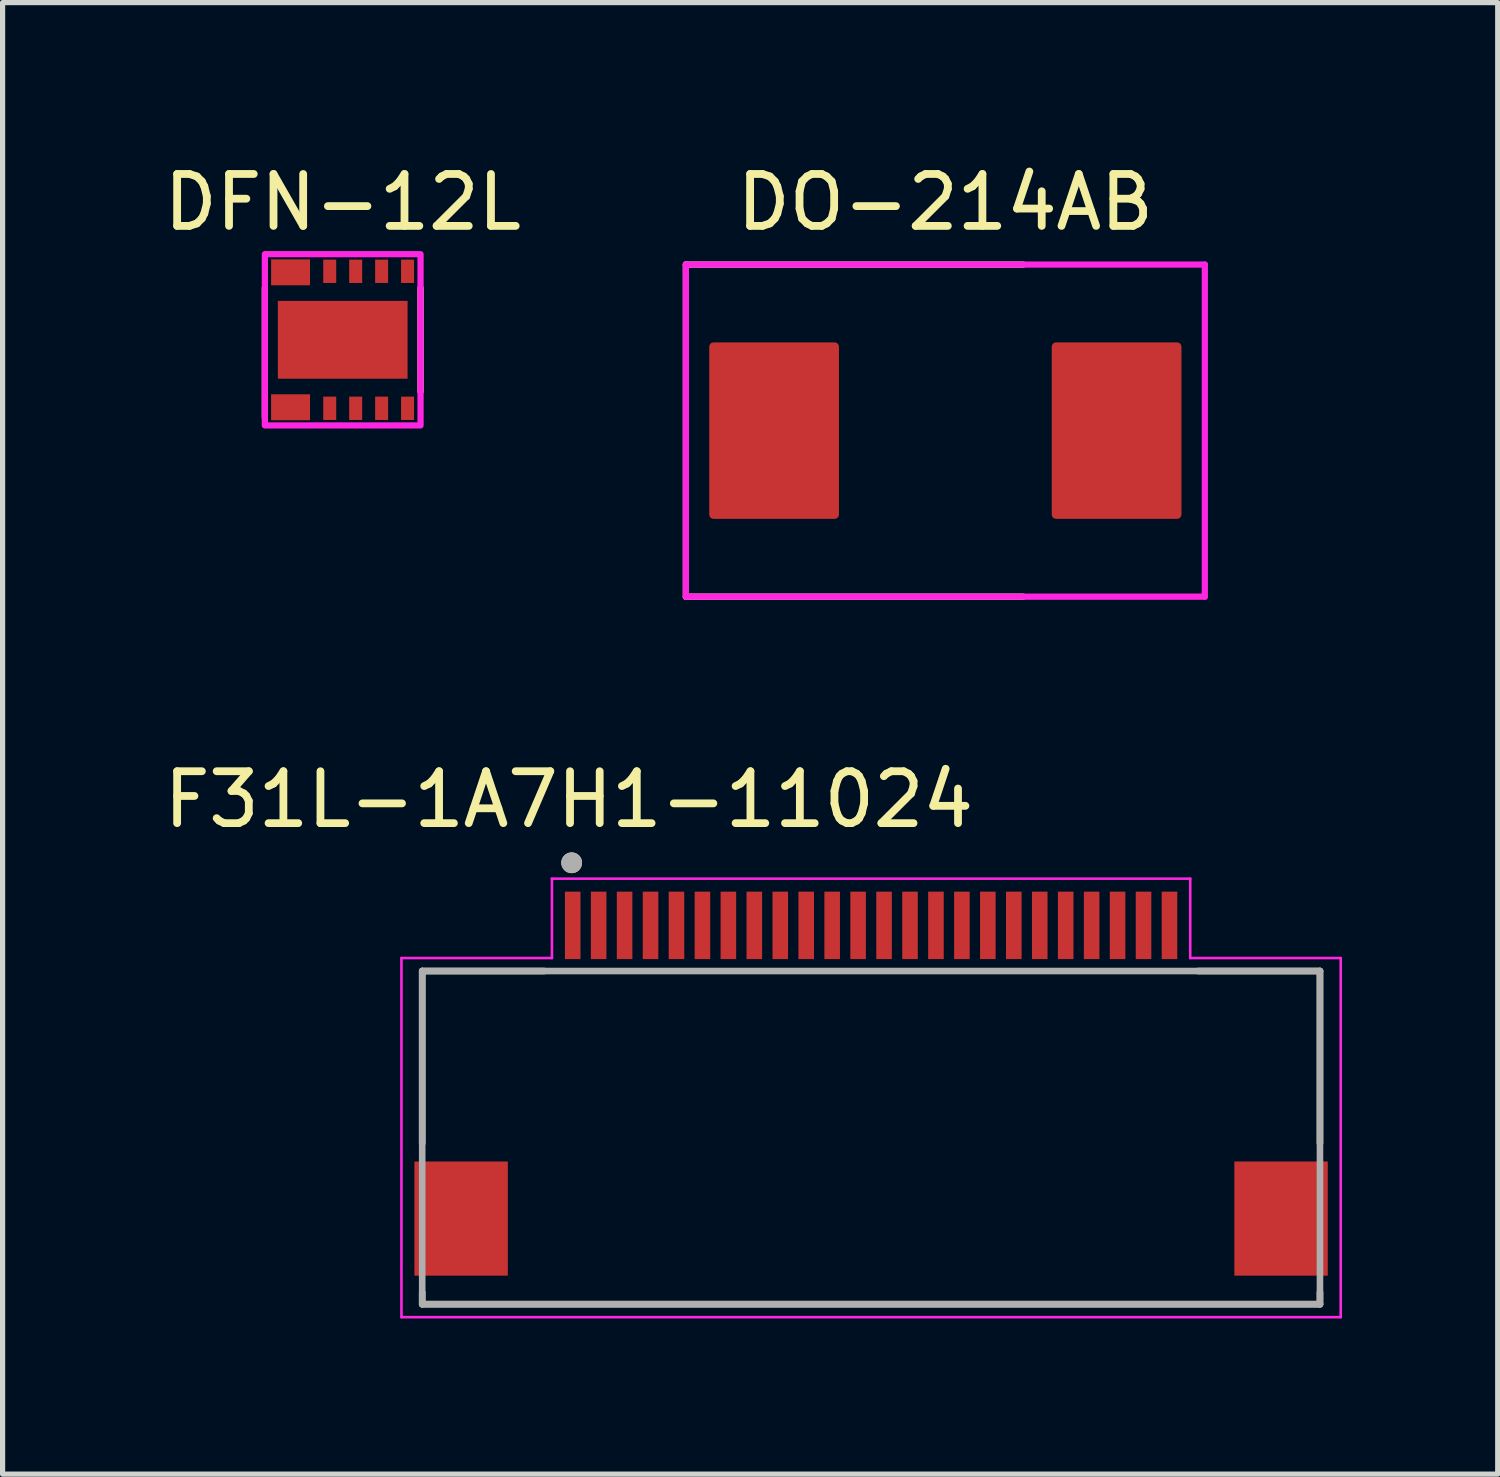
<source format=kicad_pcb>
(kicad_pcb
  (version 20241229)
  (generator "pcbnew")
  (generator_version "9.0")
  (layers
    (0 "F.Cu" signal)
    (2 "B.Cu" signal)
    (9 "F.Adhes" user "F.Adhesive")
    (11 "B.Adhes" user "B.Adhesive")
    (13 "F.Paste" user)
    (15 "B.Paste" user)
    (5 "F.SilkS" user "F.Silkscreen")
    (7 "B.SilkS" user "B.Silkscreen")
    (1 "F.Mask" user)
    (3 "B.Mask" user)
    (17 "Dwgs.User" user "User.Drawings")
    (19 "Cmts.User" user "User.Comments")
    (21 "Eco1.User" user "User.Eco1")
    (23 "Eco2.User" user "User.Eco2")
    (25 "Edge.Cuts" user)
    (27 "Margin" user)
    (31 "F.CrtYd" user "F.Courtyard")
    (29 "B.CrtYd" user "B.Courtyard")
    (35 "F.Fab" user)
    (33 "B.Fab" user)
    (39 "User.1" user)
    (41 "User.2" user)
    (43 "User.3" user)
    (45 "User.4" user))
  (footprint "DO-214AB"
    (layer "F.Cu")
    (at 15.167 5.248)
    (property "Reference" "DO-214AB" (at 0 -4.4 0) (unlocked yes) (layer "F.SilkS") (effects (font (size 1 1) (thickness 0.15))))
    (attr smd)
    (fp_line (start -5 -3.2) (end -5 3.2) (stroke (width 0.12) (type default)) (layer "F.SilkS"))
    (fp_line (start -5 3.2) (end 1.5 3.2) (stroke (width 0.12) (type default)) (layer "F.SilkS"))
    (fp_line (start 1.5 -3.2) (end -5 -3.2) (stroke (width 0.12) (type default)) (layer "F.SilkS"))
    (fp_line (start -5 -3.2) (end 5 -3.2) (stroke (width 0.12) (type default)) (layer "F.CrtYd"))
    (fp_line (start -5 3.2) (end -5 -3.2) (stroke (width 0.12) (type default)) (layer "F.CrtYd"))
    (fp_line (start 5 -3.2) (end 5 3.2) (stroke (width 0.12) (type default)) (layer "F.CrtYd"))
    (fp_line (start 5 3.2) (end -5 3.2) (stroke (width 0.12) (type default)) (layer "F.CrtYd"))
    (pad "A1" smd roundrect (at -3.3 0) (size 2.5 3.4) (layers "F.Cu" "F.Mask" "F.Paste") (roundrect_rratio 0.033))
    (pad "A2" smd roundrect (at 3.3 0) (size 2.5 3.4) (layers "F.Cu" "F.Mask" "F.Paste") (roundrect_rratio 0.033)))
  (footprint "DFN-12L"
    (layer "F.Cu")
    (at 3.554 3.498)
    (property "Reference" "DFN-12L" (at 0 -2.65 0) (unlocked yes) (layer "F.SilkS") (effects (font (size 1 1) (thickness 0.15))))
    (attr smd)
    (fp_line (start -1.5 -1) (end -1.5 1.5) (stroke (width 0.12) (type solid)) (layer "F.SilkS"))
    (fp_line (start 1.5 -1) (end 1.5 1) (stroke (width 0.12) (type solid)) (layer "F.SilkS"))
    (fp_rect (start -1.5 -1.65) (end 1.5 1.65) (stroke (width 0.12) (type solid)) (fill no) (layer "F.CrtYd"))
    (pad "" smd rect (at -0.8 -0.35) (size 0.5 0.5) (layers "F.Paste"))
    (pad "" smd rect (at -0.8 0.35) (size 0.5 0.5) (layers "F.Paste"))
    (pad "" smd rect (at 0 -0.35) (size 0.5 0.5) (layers "F.Paste"))
    (pad "" smd rect (at 0 0.35) (size 0.5 0.5) (layers "F.Paste"))
    (pad "" smd rect (at 0.75 -0.35) (size 0.5 0.5) (layers "F.Paste"))
    (pad "" smd rect (at 0.75 0.35) (size 0.5 0.5) (layers "F.Paste"))
    (pad "1" smd rect (at -1.005 1.3) (size 0.75 0.5) (layers "F.Cu" "F.Mask" "F.Paste"))
    (pad "3" smd rect (at -0.25 1.32) (size 0.25 0.45) (layers "F.Cu" "F.Mask" "F.Paste"))
    (pad "4" smd rect (at 0.25 1.32) (size 0.25 0.45) (layers "F.Cu" "F.Mask" "F.Paste"))
    (pad "5" smd rect (at 0.75 1.32) (size 0.25 0.45) (layers "F.Cu" "F.Mask" "F.Paste"))
    (pad "6" smd rect (at 1.25 1.32) (size 0.25 0.45) (layers "F.Cu" "F.Mask" "F.Paste"))
    (pad "7" smd rect (at 1.25 -1.32) (size 0.25 0.45) (layers "F.Cu" "F.Mask" "F.Paste"))
    (pad "8" smd rect (at 0.75 -1.32) (size 0.25 0.45) (layers "F.Cu" "F.Mask" "F.Paste"))
    (pad "9" smd rect (at 0.25 -1.32) (size 0.25 0.45) (layers "F.Cu" "F.Mask" "F.Paste"))
    (pad "10" smd rect (at -0.25 -1.32) (size 0.25 0.45) (layers "F.Cu" "F.Mask" "F.Paste"))
    (pad "11" smd rect (at -1.005 -1.3) (size 0.75 0.5) (layers "F.Cu" "F.Mask" "F.Paste"))
    (pad "13" smd rect (at 0 0) (size 2.5 1.5) (layers "F.Cu" "F.Mask")))
  (footprint "F31L-1A7H1-11024"
    (layer "F.Cu")
    (at 13.736 18.872)
    (property "Reference" "F31L-1A7H1-11024" (at -5.825 -6.515 0) (layer "F.SilkS") (effects (font (size 1 1) (thickness 0.15))))
    (attr smd)
    (fp_line (start -8.65 -3.21) (end -8.65 0.11) (stroke (width 0.127) (type solid)) (layer "F.SilkS"))
    (fp_line (start -8.65 3.21) (end -8.65 2.98) (stroke (width 0.127) (type solid)) (layer "F.SilkS"))
    (fp_line (start -8.65 3.21) (end 8.65 3.21) (stroke (width 0.127) (type solid)) (layer "F.SilkS"))
    (fp_line (start -6.3 -3.21) (end -8.65 -3.21) (stroke (width 0.127) (type solid)) (layer "F.SilkS"))
    (fp_line (start 8.65 -3.21) (end 6.3 -3.21) (stroke (width 0.127) (type solid)) (layer "F.SilkS"))
    (fp_line (start 8.65 0.11) (end 8.65 -3.21) (stroke (width 0.127) (type solid)) (layer "F.SilkS"))
    (fp_line (start 8.65 3.21) (end 8.65 2.98) (stroke (width 0.127) (type solid)) (layer "F.SilkS"))
    (fp_circle (center -5.77 -5.296) (end -5.67 -5.296) (stroke (width 0.2) (type solid)) (fill no) (layer "F.SilkS"))
    (fp_line (start -9.05 -3.46) (end -9.05 3.46) (stroke (width 0.05) (type solid)) (layer "F.CrtYd"))
    (fp_line (start -9.05 3.46) (end 9.05 3.46) (stroke (width 0.05) (type solid)) (layer "F.CrtYd"))
    (fp_line (start -6.15 -3.46) (end -9.05 -3.46) (stroke (width 0.05) (type solid)) (layer "F.CrtYd"))
    (fp_line (start -6.15 -3.46) (end -6.15 -4.99) (stroke (width 0.05) (type solid)) (layer "F.CrtYd"))
    (fp_line (start 6.15 -4.99) (end -6.15 -4.99) (stroke (width 0.05) (type solid)) (layer "F.CrtYd"))
    (fp_line (start 6.15 -3.46) (end 6.15 -4.99) (stroke (width 0.05) (type solid)) (layer "F.CrtYd"))
    (fp_line (start 9.05 -3.46) (end 6.15 -3.46) (stroke (width 0.05) (type solid)) (layer "F.CrtYd"))
    (fp_line (start 9.05 3.46) (end 9.05 -3.46) (stroke (width 0.05) (type solid)) (layer "F.CrtYd"))
    (fp_line (start -8.65 -3.21) (end -8.65 3.21) (stroke (width 0.127) (type solid)) (layer "F.Fab"))
    (fp_line (start -8.65 3.21) (end 8.65 3.21) (stroke (width 0.127) (type solid)) (layer "F.Fab"))
    (fp_line (start 8.65 -3.21) (end -8.65 -3.21) (stroke (width 0.127) (type solid)) (layer "F.Fab"))
    (fp_line (start 8.65 3.21) (end 8.65 -3.21) (stroke (width 0.127) (type solid)) (layer "F.Fab"))
    (fp_circle (center -5.77 -5.296) (end -5.67 -5.296) (stroke (width 0.2) (type solid)) (fill no) (layer "F.Fab"))
    (pad "1" smd rect (at -5.75 -4.09) (size 0.3 1.3) (layers "F.Cu" "F.Mask" "F.Paste"))
    (pad "2" smd rect (at -5.25 -4.09) (size 0.3 1.3) (layers "F.Cu" "F.Mask" "F.Paste"))
    (pad "3" smd rect (at -4.75 -4.09) (size 0.3 1.3) (layers "F.Cu" "F.Mask" "F.Paste"))
    (pad "4" smd rect (at -4.25 -4.09) (size 0.3 1.3) (layers "F.Cu" "F.Mask" "F.Paste"))
    (pad "5" smd rect (at -3.75 -4.09) (size 0.3 1.3) (layers "F.Cu" "F.Mask" "F.Paste"))
    (pad "6" smd rect (at -3.25 -4.09) (size 0.3 1.3) (layers "F.Cu" "F.Mask" "F.Paste"))
    (pad "7" smd rect (at -2.75 -4.09) (size 0.3 1.3) (layers "F.Cu" "F.Mask" "F.Paste"))
    (pad "8" smd rect (at -2.25 -4.09) (size 0.3 1.3) (layers "F.Cu" "F.Mask" "F.Paste"))
    (pad "9" smd rect (at -1.75 -4.09) (size 0.3 1.3) (layers "F.Cu" "F.Mask" "F.Paste"))
    (pad "10" smd rect (at -1.25 -4.09) (size 0.3 1.3) (layers "F.Cu" "F.Mask" "F.Paste"))
    (pad "11" smd rect (at -0.75 -4.09) (size 0.3 1.3) (layers "F.Cu" "F.Mask" "F.Paste"))
    (pad "12" smd rect (at -0.25 -4.09) (size 0.3 1.3) (layers "F.Cu" "F.Mask" "F.Paste"))
    (pad "13" smd rect (at 0.25 -4.09) (size 0.3 1.3) (layers "F.Cu" "F.Mask" "F.Paste"))
    (pad "14" smd rect (at 0.75 -4.09) (size 0.3 1.3) (layers "F.Cu" "F.Mask" "F.Paste"))
    (pad "15" smd rect (at 1.25 -4.09) (size 0.3 1.3) (layers "F.Cu" "F.Mask" "F.Paste"))
    (pad "16" smd rect (at 1.75 -4.09) (size 0.3 1.3) (layers "F.Cu" "F.Mask" "F.Paste"))
    (pad "17" smd rect (at 2.25 -4.09) (size 0.3 1.3) (layers "F.Cu" "F.Mask" "F.Paste"))
    (pad "18" smd rect (at 2.75 -4.09) (size 0.3 1.3) (layers "F.Cu" "F.Mask" "F.Paste"))
    (pad "19" smd rect (at 3.25 -4.09) (size 0.3 1.3) (layers "F.Cu" "F.Mask" "F.Paste"))
    (pad "20" smd rect (at 3.75 -4.09) (size 0.3 1.3) (layers "F.Cu" "F.Mask" "F.Paste"))
    (pad "21" smd rect (at 4.25 -4.09) (size 0.3 1.3) (layers "F.Cu" "F.Mask" "F.Paste"))
    (pad "22" smd rect (at 4.75 -4.09) (size 0.3 1.3) (layers "F.Cu" "F.Mask" "F.Paste"))
    (pad "23" smd rect (at 5.25 -4.09) (size 0.3 1.3) (layers "F.Cu" "F.Mask" "F.Paste"))
    (pad "24" smd rect (at 5.75 -4.09) (size 0.3 1.3) (layers "F.Cu" "F.Mask" "F.Paste"))
    (pad "GND" smd rect (at -7.9 1.56) (size 1.8 2.2) (layers "F.Cu" "F.Mask" "F.Paste"))
    (pad "GND" smd rect (at 7.9 1.56) (size 1.8 2.2) (layers "F.Cu" "F.Mask" "F.Paste")))
  (gr_rect
    (start -3 -3)
    (end 25.811 25.357)
    (stroke (width 0.1) (type default))
    (fill no)
    (layer "Edge.Cuts")))
</source>
